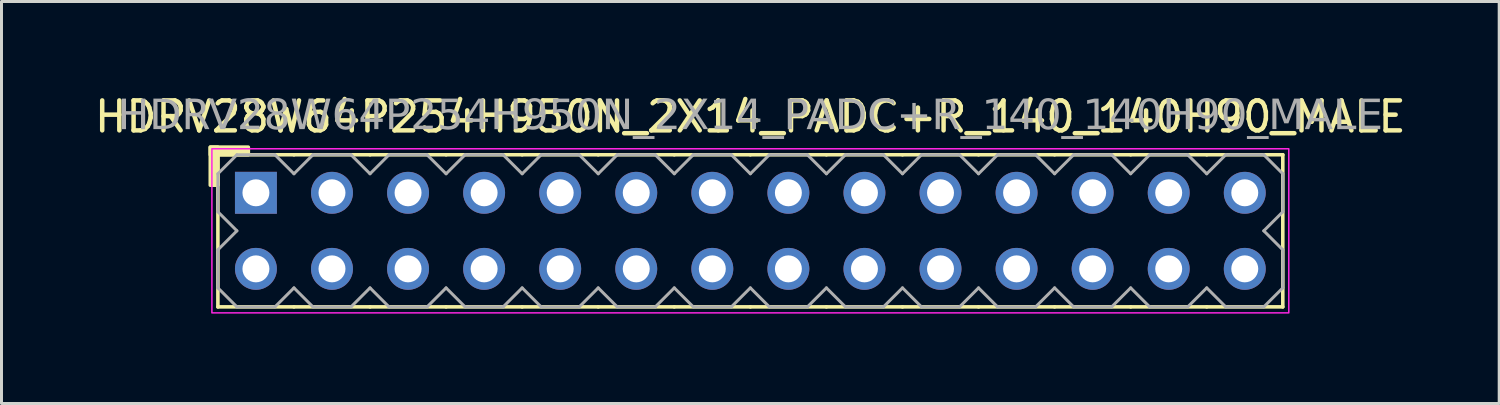
<source format=kicad_pcb>
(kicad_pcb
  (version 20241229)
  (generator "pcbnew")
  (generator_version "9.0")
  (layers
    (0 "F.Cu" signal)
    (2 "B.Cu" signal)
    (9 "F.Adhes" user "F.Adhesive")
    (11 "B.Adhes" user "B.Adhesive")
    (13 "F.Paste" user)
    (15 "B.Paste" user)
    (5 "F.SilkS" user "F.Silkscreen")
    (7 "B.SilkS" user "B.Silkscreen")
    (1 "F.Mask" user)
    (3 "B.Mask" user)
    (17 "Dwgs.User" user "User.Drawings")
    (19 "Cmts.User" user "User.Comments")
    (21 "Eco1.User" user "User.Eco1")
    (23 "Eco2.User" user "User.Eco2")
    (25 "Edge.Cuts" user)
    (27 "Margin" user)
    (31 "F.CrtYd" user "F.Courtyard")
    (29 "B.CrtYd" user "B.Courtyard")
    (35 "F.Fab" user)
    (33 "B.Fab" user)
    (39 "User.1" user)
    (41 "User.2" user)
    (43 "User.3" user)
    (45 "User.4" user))
  (footprint "HDRV28W64P254H950N_2X14_PADC+R_140_140H90_MALE"
    (layer "F.Cu")
    (at 22.006 4.658)
    (property "Reference" "HDRV28W64P254H950N_2X14_PADC+R_140_140H90_MALE" (at 0 -3.81 0) (layer "F.SilkS") (effects (font (size 1 1) (thickness 0.15))))
    (attr through_hole)
    (fp_line (start -17.78 2.54) (end -17.78 -2.54) (stroke (width 0.12) (type solid)) (layer "F.SilkS"))
    (fp_line (start -15.24 -2.54) (end -17.78 -2.54) (stroke (width 0.12) (type solid)) (layer "F.SilkS"))
    (fp_line (start -15.24 2.54) (end -17.78 2.54) (stroke (width 0.12) (type solid)) (layer "F.SilkS"))
    (fp_line (start -12.7 -2.54) (end -15.24 -2.54) (stroke (width 0.12) (type solid)) (layer "F.SilkS"))
    (fp_line (start -12.7 2.54) (end -15.24 2.54) (stroke (width 0.12) (type solid)) (layer "F.SilkS"))
    (fp_line (start -10.16 -2.54) (end -12.7 -2.54) (stroke (width 0.12) (type solid)) (layer "F.SilkS"))
    (fp_line (start -10.16 2.54) (end -12.7 2.54) (stroke (width 0.12) (type solid)) (layer "F.SilkS"))
    (fp_line (start -7.62 -2.54) (end -10.16 -2.54) (stroke (width 0.12) (type solid)) (layer "F.SilkS"))
    (fp_line (start -7.62 2.54) (end -10.16 2.54) (stroke (width 0.12) (type solid)) (layer "F.SilkS"))
    (fp_line (start -5.08 -2.54) (end -7.62 -2.54) (stroke (width 0.12) (type solid)) (layer "F.SilkS"))
    (fp_line (start -5.08 2.54) (end -7.62 2.54) (stroke (width 0.12) (type solid)) (layer "F.SilkS"))
    (fp_line (start -2.54 -2.54) (end -5.08 -2.54) (stroke (width 0.12) (type solid)) (layer "F.SilkS"))
    (fp_line (start -2.54 2.54) (end -5.08 2.54) (stroke (width 0.12) (type solid)) (layer "F.SilkS"))
    (fp_line (start 0 -2.54) (end -2.54 -2.54) (stroke (width 0.12) (type solid)) (layer "F.SilkS"))
    (fp_line (start 0 2.54) (end -2.54 2.54) (stroke (width 0.12) (type solid)) (layer "F.SilkS"))
    (fp_line (start 2.54 -2.54) (end 0 -2.54) (stroke (width 0.12) (type solid)) (layer "F.SilkS"))
    (fp_line (start 2.54 2.54) (end 0 2.54) (stroke (width 0.12) (type solid)) (layer "F.SilkS"))
    (fp_line (start 5.08 -2.54) (end 2.54 -2.54) (stroke (width 0.12) (type solid)) (layer "F.SilkS"))
    (fp_line (start 5.08 2.54) (end 2.54 2.54) (stroke (width 0.12) (type solid)) (layer "F.SilkS"))
    (fp_line (start 7.62 -2.54) (end 5.08 -2.54) (stroke (width 0.12) (type solid)) (layer "F.SilkS"))
    (fp_line (start 7.62 2.54) (end 5.08 2.54) (stroke (width 0.12) (type solid)) (layer "F.SilkS"))
    (fp_line (start 10.16 -2.54) (end 7.62 -2.54) (stroke (width 0.12) (type solid)) (layer "F.SilkS"))
    (fp_line (start 10.16 2.54) (end 7.62 2.54) (stroke (width 0.12) (type solid)) (layer "F.SilkS"))
    (fp_line (start 12.7 -2.54) (end 10.16 -2.54) (stroke (width 0.12) (type solid)) (layer "F.SilkS"))
    (fp_line (start 12.7 2.54) (end 10.16 2.54) (stroke (width 0.12) (type solid)) (layer "F.SilkS"))
    (fp_line (start 15.24 -2.54) (end 12.7 -2.54) (stroke (width 0.12) (type solid)) (layer "F.SilkS"))
    (fp_line (start 15.24 2.54) (end 12.7 2.54) (stroke (width 0.12) (type solid)) (layer "F.SilkS"))
    (fp_line (start 17.78 -2.54) (end 15.24 -2.54) (stroke (width 0.12) (type solid)) (layer "F.SilkS"))
    (fp_line (start 17.78 2.54) (end 15.24 2.54) (stroke (width 0.12) (type solid)) (layer "F.SilkS"))
    (fp_line (start 17.78 2.54) (end 17.78 -2.54) (stroke (width 0.12) (type solid)) (layer "F.SilkS"))
    (fp_rect (start -18.034 -1.524) (end -17.78 -2.794) (stroke (width 0.12) (type solid)) (fill yes) (layer "F.SilkS"))
    (fp_rect (start -16.764 -2.54) (end -18.034 -2.794) (stroke (width 0.12) (type solid)) (fill yes) (layer "F.SilkS"))
    (fp_rect (start -17.98 -2.74) (end 17.98 2.74) (stroke (width 0.05) (type default)) (fill no) (layer "F.CrtYd"))
    (fp_line (start -17.78 -1.905) (end -17.78 -0.635) (stroke (width 0.1) (type solid)) (layer "F.Fab"))
    (fp_line (start -17.78 -1.905) (end -17.145 -2.54) (stroke (width 0.1) (type solid)) (layer "F.Fab"))
    (fp_line (start -17.78 0.635) (end -17.78 1.905) (stroke (width 0.1) (type solid)) (layer "F.Fab"))
    (fp_line (start -17.145 -2.54) (end -15.875 -2.54) (stroke (width 0.1) (type solid)) (layer "F.Fab"))
    (fp_line (start -17.145 0) (end -17.78 -0.635) (stroke (width 0.1) (type solid)) (layer "F.Fab"))
    (fp_line (start -17.145 0) (end -17.78 0.635) (stroke (width 0.1) (type solid)) (layer "F.Fab"))
    (fp_line (start -17.145 2.54) (end -17.78 1.905) (stroke (width 0.1) (type solid)) (layer "F.Fab"))
    (fp_line (start -15.875 -2.54) (end -15.24 -1.905) (stroke (width 0.1) (type solid)) (layer "F.Fab"))
    (fp_line (start -15.875 2.54) (end -17.145 2.54) (stroke (width 0.1) (type solid)) (layer "F.Fab"))
    (fp_line (start -15.24 -1.905) (end -14.605 -2.54) (stroke (width 0.1) (type solid)) (layer "F.Fab"))
    (fp_line (start -15.24 1.905) (end -15.875 2.54) (stroke (width 0.1) (type solid)) (layer "F.Fab"))
    (fp_line (start -14.605 -2.54) (end -13.335 -2.54) (stroke (width 0.1) (type solid)) (layer "F.Fab"))
    (fp_line (start -14.605 2.54) (end -15.24 1.905) (stroke (width 0.1) (type solid)) (layer "F.Fab"))
    (fp_line (start -13.335 -2.54) (end -12.7 -1.905) (stroke (width 0.1) (type solid)) (layer "F.Fab"))
    (fp_line (start -13.335 2.54) (end -14.605 2.54) (stroke (width 0.1) (type solid)) (layer "F.Fab"))
    (fp_line (start -12.7 -1.905) (end -12.065 -2.54) (stroke (width 0.1) (type solid)) (layer "F.Fab"))
    (fp_line (start -12.7 1.905) (end -13.335 2.54) (stroke (width 0.1) (type solid)) (layer "F.Fab"))
    (fp_line (start -12.065 -2.54) (end -10.795 -2.54) (stroke (width 0.1) (type solid)) (layer "F.Fab"))
    (fp_line (start -12.065 2.54) (end -12.7 1.905) (stroke (width 0.1) (type solid)) (layer "F.Fab"))
    (fp_line (start -10.795 -2.54) (end -10.16 -1.905) (stroke (width 0.1) (type solid)) (layer "F.Fab"))
    (fp_line (start -10.795 2.54) (end -12.065 2.54) (stroke (width 0.1) (type solid)) (layer "F.Fab"))
    (fp_line (start -10.16 -1.905) (end -9.525 -2.54) (stroke (width 0.1) (type solid)) (layer "F.Fab"))
    (fp_line (start -10.16 1.905) (end -10.795 2.54) (stroke (width 0.1) (type solid)) (layer "F.Fab"))
    (fp_line (start -9.525 -2.54) (end -8.255 -2.54) (stroke (width 0.1) (type solid)) (layer "F.Fab"))
    (fp_line (start -9.525 2.54) (end -10.16 1.905) (stroke (width 0.1) (type solid)) (layer "F.Fab"))
    (fp_line (start -8.255 -2.54) (end -7.62 -1.905) (stroke (width 0.1) (type solid)) (layer "F.Fab"))
    (fp_line (start -8.255 2.54) (end -9.525 2.54) (stroke (width 0.1) (type solid)) (layer "F.Fab"))
    (fp_line (start -7.62 -1.905) (end -6.985 -2.54) (stroke (width 0.1) (type solid)) (layer "F.Fab"))
    (fp_line (start -7.62 1.905) (end -8.255 2.54) (stroke (width 0.1) (type solid)) (layer "F.Fab"))
    (fp_line (start -6.985 -2.54) (end -5.715 -2.54) (stroke (width 0.1) (type solid)) (layer "F.Fab"))
    (fp_line (start -6.985 2.54) (end -7.62 1.905) (stroke (width 0.1) (type solid)) (layer "F.Fab"))
    (fp_line (start -5.715 -2.54) (end -5.08 -1.905) (stroke (width 0.1) (type solid)) (layer "F.Fab"))
    (fp_line (start -5.715 2.54) (end -6.985 2.54) (stroke (width 0.1) (type solid)) (layer "F.Fab"))
    (fp_line (start -5.08 -1.905) (end -4.445 -2.54) (stroke (width 0.1) (type solid)) (layer "F.Fab"))
    (fp_line (start -5.08 1.905) (end -5.715 2.54) (stroke (width 0.1) (type solid)) (layer "F.Fab"))
    (fp_line (start -4.445 -2.54) (end -3.175 -2.54) (stroke (width 0.1) (type solid)) (layer "F.Fab"))
    (fp_line (start -4.445 2.54) (end -5.08 1.905) (stroke (width 0.1) (type solid)) (layer "F.Fab"))
    (fp_line (start -3.175 -2.54) (end -2.54 -1.905) (stroke (width 0.1) (type solid)) (layer "F.Fab"))
    (fp_line (start -3.175 2.54) (end -4.445 2.54) (stroke (width 0.1) (type solid)) (layer "F.Fab"))
    (fp_line (start -2.54 -1.905) (end -1.905 -2.54) (stroke (width 0.1) (type solid)) (layer "F.Fab"))
    (fp_line (start -2.54 1.905) (end -3.175 2.54) (stroke (width 0.1) (type solid)) (layer "F.Fab"))
    (fp_line (start -1.905 -2.54) (end -0.635 -2.54) (stroke (width 0.1) (type solid)) (layer "F.Fab"))
    (fp_line (start -1.905 2.54) (end -2.54 1.905) (stroke (width 0.1) (type solid)) (layer "F.Fab"))
    (fp_line (start -0.635 -2.54) (end 0 -1.905) (stroke (width 0.1) (type solid)) (layer "F.Fab"))
    (fp_line (start -0.635 2.54) (end -1.905 2.54) (stroke (width 0.1) (type solid)) (layer "F.Fab"))
    (fp_line (start 0 -1.905) (end 0.635 -2.54) (stroke (width 0.1) (type solid)) (layer "F.Fab"))
    (fp_line (start 0 1.905) (end -0.635 2.54) (stroke (width 0.1) (type solid)) (layer "F.Fab"))
    (fp_line (start 0.635 -2.54) (end 1.905 -2.54) (stroke (width 0.1) (type solid)) (layer "F.Fab"))
    (fp_line (start 0.635 2.54) (end 0 1.905) (stroke (width 0.1) (type solid)) (layer "F.Fab"))
    (fp_line (start 1.905 -2.54) (end 2.54 -1.905) (stroke (width 0.1) (type solid)) (layer "F.Fab"))
    (fp_line (start 1.905 2.54) (end 0.635 2.54) (stroke (width 0.1) (type solid)) (layer "F.Fab"))
    (fp_line (start 2.54 -1.905) (end 3.175 -2.54) (stroke (width 0.1) (type solid)) (layer "F.Fab"))
    (fp_line (start 2.54 1.905) (end 1.905 2.54) (stroke (width 0.1) (type solid)) (layer "F.Fab"))
    (fp_line (start 3.175 -2.54) (end 4.445 -2.54) (stroke (width 0.1) (type solid)) (layer "F.Fab"))
    (fp_line (start 3.175 2.54) (end 2.54 1.905) (stroke (width 0.1) (type solid)) (layer "F.Fab"))
    (fp_line (start 4.445 -2.54) (end 5.08 -1.905) (stroke (width 0.1) (type solid)) (layer "F.Fab"))
    (fp_line (start 4.445 2.54) (end 3.175 2.54) (stroke (width 0.1) (type solid)) (layer "F.Fab"))
    (fp_line (start 5.08 -1.905) (end 5.715 -2.54) (stroke (width 0.1) (type solid)) (layer "F.Fab"))
    (fp_line (start 5.08 1.905) (end 4.445 2.54) (stroke (width 0.1) (type solid)) (layer "F.Fab"))
    (fp_line (start 5.715 -2.54) (end 6.985 -2.54) (stroke (width 0.1) (type solid)) (layer "F.Fab"))
    (fp_line (start 5.715 2.54) (end 5.08 1.905) (stroke (width 0.1) (type solid)) (layer "F.Fab"))
    (fp_line (start 6.985 -2.54) (end 7.62 -1.905) (stroke (width 0.1) (type solid)) (layer "F.Fab"))
    (fp_line (start 6.985 2.54) (end 5.715 2.54) (stroke (width 0.1) (type solid)) (layer "F.Fab"))
    (fp_line (start 7.62 -1.905) (end 8.255 -2.54) (stroke (width 0.1) (type solid)) (layer "F.Fab"))
    (fp_line (start 7.62 1.905) (end 6.985 2.54) (stroke (width 0.1) (type solid)) (layer "F.Fab"))
    (fp_line (start 8.255 -2.54) (end 9.525 -2.54) (stroke (width 0.1) (type solid)) (layer "F.Fab"))
    (fp_line (start 8.255 2.54) (end 7.62 1.905) (stroke (width 0.1) (type solid)) (layer "F.Fab"))
    (fp_line (start 9.525 -2.54) (end 10.16 -1.905) (stroke (width 0.1) (type solid)) (layer "F.Fab"))
    (fp_line (start 9.525 2.54) (end 8.255 2.54) (stroke (width 0.1) (type solid)) (layer "F.Fab"))
    (fp_line (start 10.16 -1.905) (end 10.795 -2.54) (stroke (width 0.1) (type solid)) (layer "F.Fab"))
    (fp_line (start 10.16 1.905) (end 9.525 2.54) (stroke (width 0.1) (type solid)) (layer "F.Fab"))
    (fp_line (start 10.795 -2.54) (end 12.065 -2.54) (stroke (width 0.1) (type solid)) (layer "F.Fab"))
    (fp_line (start 10.795 2.54) (end 10.16 1.905) (stroke (width 0.1) (type solid)) (layer "F.Fab"))
    (fp_line (start 12.065 -2.54) (end 12.7 -1.905) (stroke (width 0.1) (type solid)) (layer "F.Fab"))
    (fp_line (start 12.065 2.54) (end 10.795 2.54) (stroke (width 0.1) (type solid)) (layer "F.Fab"))
    (fp_line (start 12.7 -1.905) (end 13.335 -2.54) (stroke (width 0.1) (type solid)) (layer "F.Fab"))
    (fp_line (start 12.7 1.905) (end 12.065 2.54) (stroke (width 0.1) (type solid)) (layer "F.Fab"))
    (fp_line (start 13.335 -2.54) (end 14.605 -2.54) (stroke (width 0.1) (type solid)) (layer "F.Fab"))
    (fp_line (start 13.335 2.54) (end 12.7 1.905) (stroke (width 0.1) (type solid)) (layer "F.Fab"))
    (fp_line (start 14.605 -2.54) (end 15.24 -1.905) (stroke (width 0.1) (type solid)) (layer "F.Fab"))
    (fp_line (start 14.605 2.54) (end 13.335 2.54) (stroke (width 0.1) (type solid)) (layer "F.Fab"))
    (fp_line (start 15.24 -1.905) (end 15.875 -2.54) (stroke (width 0.1) (type solid)) (layer "F.Fab"))
    (fp_line (start 15.24 1.905) (end 14.605 2.54) (stroke (width 0.1) (type solid)) (layer "F.Fab"))
    (fp_line (start 15.875 -2.54) (end 17.145 -2.54) (stroke (width 0.1) (type solid)) (layer "F.Fab"))
    (fp_line (start 15.875 2.54) (end 15.24 1.905) (stroke (width 0.1) (type solid)) (layer "F.Fab"))
    (fp_line (start 17.145 -2.54) (end 17.78 -1.905) (stroke (width 0.1) (type solid)) (layer "F.Fab"))
    (fp_line (start 17.145 0) (end 17.78 0.635) (stroke (width 0.1) (type solid)) (layer "F.Fab"))
    (fp_line (start 17.145 2.54) (end 15.875 2.54) (stroke (width 0.1) (type solid)) (layer "F.Fab"))
    (fp_line (start 17.78 -1.905) (end 17.78 -0.635) (stroke (width 0.1) (type solid)) (layer "F.Fab"))
    (fp_line (start 17.78 -0.635) (end 17.145 0) (stroke (width 0.1) (type solid)) (layer "F.Fab"))
    (fp_line (start 17.78 0.635) (end 17.78 1.905) (stroke (width 0.1) (type solid)) (layer "F.Fab"))
    (fp_line (start 17.78 1.905) (end 17.145 2.54) (stroke (width 0.1) (type solid)) (layer "F.Fab"))
    (fp_rect (start -16.256 -1.524) (end -16.764 -1.016) (stroke (width 0.1) (type solid)) (fill no) (layer "F.Fab"))
    (fp_rect (start -16.256 1.016) (end -16.764 1.524) (stroke (width 0.1) (type solid)) (fill no) (layer "F.Fab"))
    (fp_rect (start -13.716 -1.524) (end -14.224 -1.016) (stroke (width 0.1) (type solid)) (fill no) (layer "F.Fab"))
    (fp_rect (start -13.716 1.016) (end -14.224 1.524) (stroke (width 0.1) (type solid)) (fill no) (layer "F.Fab"))
    (fp_rect (start -11.176 -1.524) (end -11.684 -1.016) (stroke (width 0.1) (type solid)) (fill no) (layer "F.Fab"))
    (fp_rect (start -11.176 1.016) (end -11.684 1.524) (stroke (width 0.1) (type solid)) (fill no) (layer "F.Fab"))
    (fp_rect (start -8.636 -1.524) (end -9.144 -1.016) (stroke (width 0.1) (type solid)) (fill no) (layer "F.Fab"))
    (fp_rect (start -8.636 1.016) (end -9.144 1.524) (stroke (width 0.1) (type solid)) (fill no) (layer "F.Fab"))
    (fp_rect (start -6.096 -1.524) (end -6.604 -1.016) (stroke (width 0.1) (type solid)) (fill no) (layer "F.Fab"))
    (fp_rect (start -6.096 1.016) (end -6.604 1.524) (stroke (width 0.1) (type solid)) (fill no) (layer "F.Fab"))
    (fp_rect (start -3.556 -1.524) (end -4.064 -1.016) (stroke (width 0.1) (type solid)) (fill no) (layer "F.Fab"))
    (fp_rect (start -3.556 1.016) (end -4.064 1.524) (stroke (width 0.1) (type solid)) (fill no) (layer "F.Fab"))
    (fp_rect (start -1.016 -1.524) (end -1.524 -1.016) (stroke (width 0.1) (type solid)) (fill no) (layer "F.Fab"))
    (fp_rect (start -1.016 1.016) (end -1.524 1.524) (stroke (width 0.1) (type solid)) (fill no) (layer "F.Fab"))
    (fp_rect (start 1.524 -1.524) (end 1.016 -1.016) (stroke (width 0.1) (type solid)) (fill no) (layer "F.Fab"))
    (fp_rect (start 1.524 1.016) (end 1.016 1.524) (stroke (width 0.1) (type solid)) (fill no) (layer "F.Fab"))
    (fp_rect (start 4.064 -1.524) (end 3.556 -1.016) (stroke (width 0.1) (type solid)) (fill no) (layer "F.Fab"))
    (fp_rect (start 4.064 1.016) (end 3.556 1.524) (stroke (width 0.1) (type solid)) (fill no) (layer "F.Fab"))
    (fp_rect (start 6.604 -1.524) (end 6.096 -1.016) (stroke (width 0.1) (type solid)) (fill no) (layer "F.Fab"))
    (fp_rect (start 6.604 1.016) (end 6.096 1.524) (stroke (width 0.1) (type solid)) (fill no) (layer "F.Fab"))
    (fp_rect (start 9.144 -1.524) (end 8.636 -1.016) (stroke (width 0.1) (type solid)) (fill no) (layer "F.Fab"))
    (fp_rect (start 9.144 1.016) (end 8.636 1.524) (stroke (width 0.1) (type solid)) (fill no) (layer "F.Fab"))
    (fp_rect (start 11.684 -1.524) (end 11.176 -1.016) (stroke (width 0.1) (type solid)) (fill no) (layer "F.Fab"))
    (fp_rect (start 11.684 1.016) (end 11.176 1.524) (stroke (width 0.1) (type solid)) (fill no) (layer "F.Fab"))
    (fp_rect (start 14.224 -1.524) (end 13.716 -1.016) (stroke (width 0.1) (type solid)) (fill no) (layer "F.Fab"))
    (fp_rect (start 14.224 1.016) (end 13.716 1.524) (stroke (width 0.1) (type solid)) (fill no) (layer "F.Fab"))
    (fp_rect (start 16.764 -1.524) (end 16.256 -1.016) (stroke (width 0.1) (type solid)) (fill no) (layer "F.Fab"))
    (fp_rect (start 16.764 1.016) (end 16.256 1.524) (stroke (width 0.1) (type solid)) (fill no) (layer "F.Fab"))
    (fp_text user "${REFERENCE}" (at 0 -3.81 0) (layer "F.Fab") (effects (font (face "Tahoma") (size 1 1) (thickness 0.15))))
    (pad "1" thru_hole rect (at -16.51 -1.27) (size 1.4 1.4) (drill 0.9) (layers "*.Cu" "*.Mask"))
    (pad "2" thru_hole circle (at -16.51 1.27) (size 1.4 1.4) (drill 0.9) (layers "*.Cu" "*.Mask"))
    (pad "3" thru_hole circle (at -13.97 -1.27) (size 1.4 1.4) (drill 0.9) (layers "*.Cu" "*.Mask"))
    (pad "4" thru_hole circle (at -13.97 1.27) (size 1.4 1.4) (drill 0.9) (layers "*.Cu" "*.Mask"))
    (pad "5" thru_hole circle (at -11.43 -1.27) (size 1.4 1.4) (drill 0.9) (layers "*.Cu" "*.Mask"))
    (pad "6" thru_hole circle (at -11.43 1.27) (size 1.4 1.4) (drill 0.9) (layers "*.Cu" "*.Mask"))
    (pad "7" thru_hole circle (at -8.89 -1.27) (size 1.4 1.4) (drill 0.9) (layers "*.Cu" "*.Mask"))
    (pad "8" thru_hole circle (at -8.89 1.27) (size 1.4 1.4) (drill 0.9) (layers "*.Cu" "*.Mask"))
    (pad "9" thru_hole circle (at -6.35 -1.27) (size 1.4 1.4) (drill 0.9) (layers "*.Cu" "*.Mask"))
    (pad "10" thru_hole circle (at -6.35 1.27) (size 1.4 1.4) (drill 0.9) (layers "*.Cu" "*.Mask"))
    (pad "11" thru_hole circle (at -3.81 -1.27) (size 1.4 1.4) (drill 0.9) (layers "*.Cu" "*.Mask"))
    (pad "12" thru_hole circle (at -3.81 1.27) (size 1.4 1.4) (drill 0.9) (layers "*.Cu" "*.Mask"))
    (pad "13" thru_hole circle (at -1.27 -1.27) (size 1.4 1.4) (drill 0.9) (layers "*.Cu" "*.Mask"))
    (pad "14" thru_hole circle (at -1.27 1.27) (size 1.4 1.4) (drill 0.9) (layers "*.Cu" "*.Mask"))
    (pad "15" thru_hole circle (at 1.27 -1.27) (size 1.4 1.4) (drill 0.9) (layers "*.Cu" "*.Mask"))
    (pad "16" thru_hole circle (at 1.27 1.27) (size 1.4 1.4) (drill 0.9) (layers "*.Cu" "*.Mask"))
    (pad "17" thru_hole circle (at 3.81 -1.27) (size 1.4 1.4) (drill 0.9) (layers "*.Cu" "*.Mask"))
    (pad "18" thru_hole circle (at 3.81 1.27) (size 1.4 1.4) (drill 0.9) (layers "*.Cu" "*.Mask"))
    (pad "19" thru_hole circle (at 6.35 -1.27) (size 1.4 1.4) (drill 0.9) (layers "*.Cu" "*.Mask"))
    (pad "20" thru_hole circle (at 6.35 1.27) (size 1.4 1.4) (drill 0.9) (layers "*.Cu" "*.Mask"))
    (pad "21" thru_hole circle (at 8.89 -1.27) (size 1.4 1.4) (drill 0.9) (layers "*.Cu" "*.Mask"))
    (pad "22" thru_hole circle (at 8.89 1.27) (size 1.4 1.4) (drill 0.9) (layers "*.Cu" "*.Mask"))
    (pad "23" thru_hole circle (at 11.43 -1.27) (size 1.4 1.4) (drill 0.9) (layers "*.Cu" "*.Mask"))
    (pad "24" thru_hole circle (at 11.43 1.27) (size 1.4 1.4) (drill 0.9) (layers "*.Cu" "*.Mask"))
    (pad "25" thru_hole circle (at 13.97 -1.27) (size 1.4 1.4) (drill 0.9) (layers "*.Cu" "*.Mask"))
    (pad "26" thru_hole circle (at 13.97 1.27) (size 1.4 1.4) (drill 0.9) (layers "*.Cu" "*.Mask"))
    (pad "27" thru_hole circle (at 16.51 -1.27) (size 1.4 1.4) (drill 0.9) (layers "*.Cu" "*.Mask"))
    (pad "28" thru_hole circle (at 16.51 1.27) (size 1.4 1.4) (drill 0.9) (layers "*.Cu" "*.Mask")))
  (gr_rect
    (start -3 -3)
    (end 47.012 10.423)
    (stroke (width 0.1) (type default))
    (fill no)
    (layer "Edge.Cuts")))
</source>
